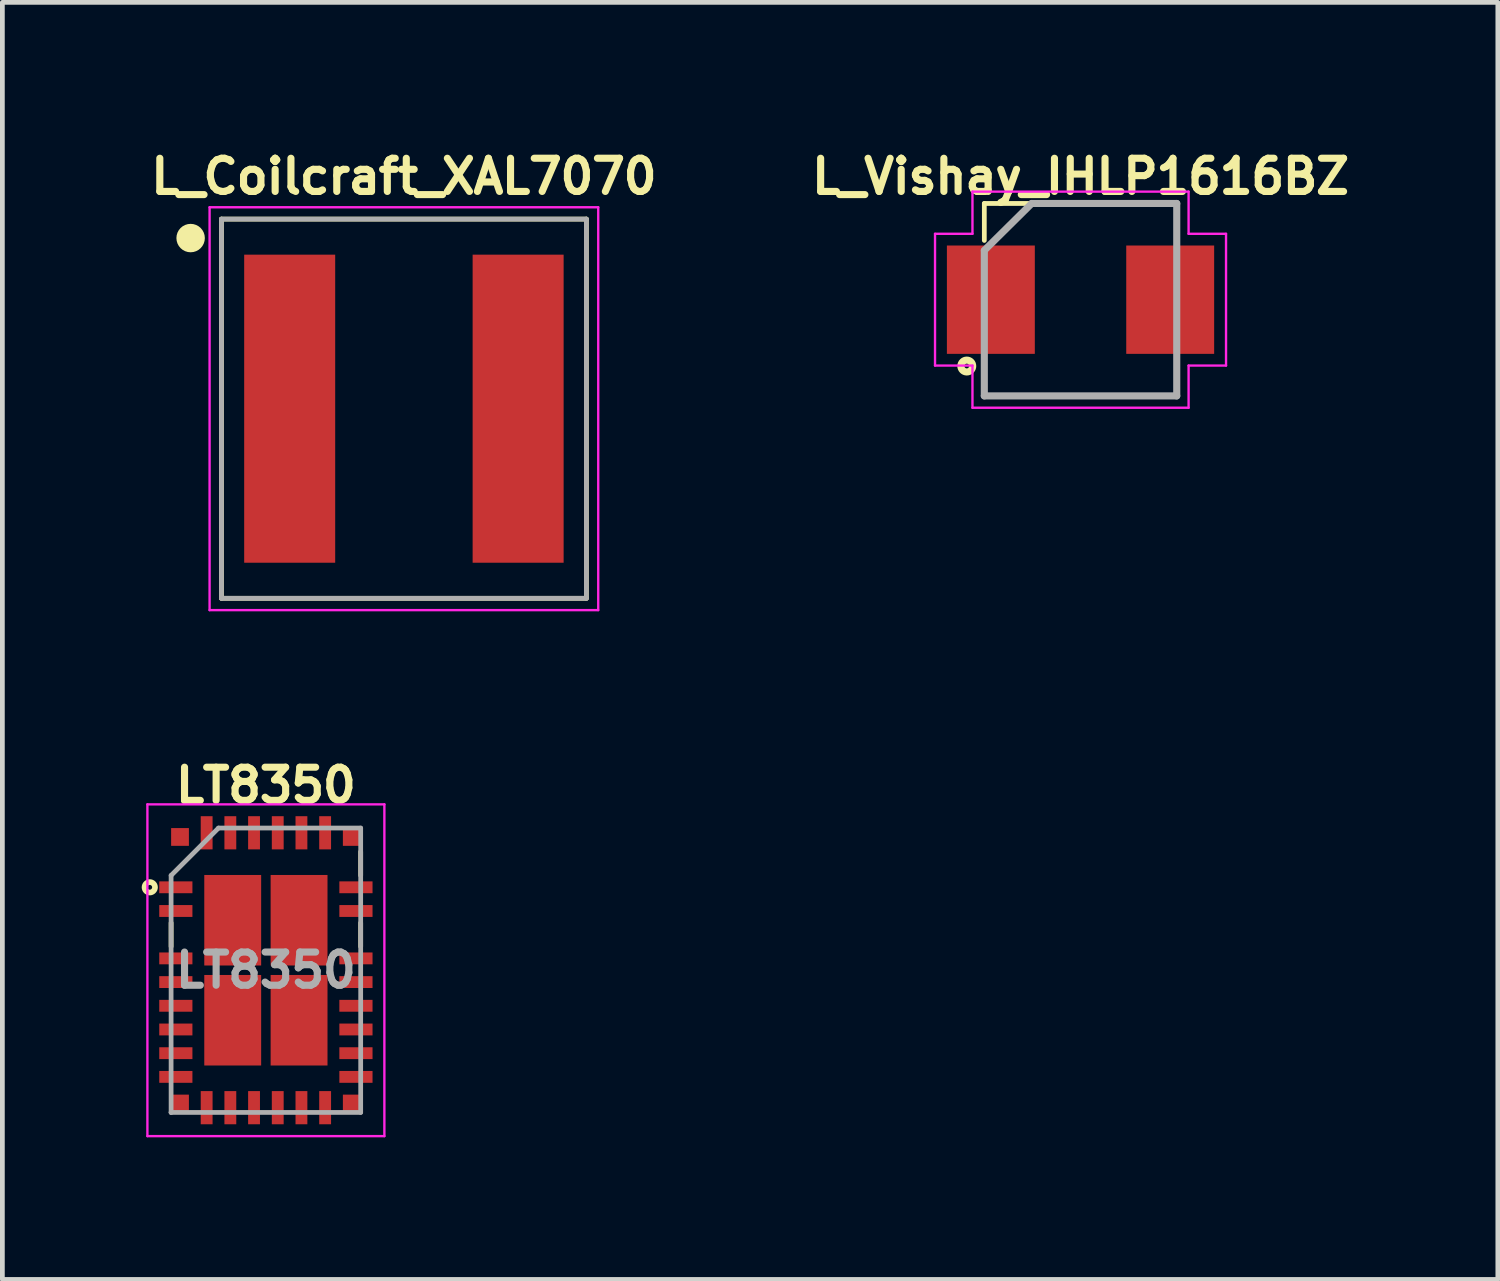
<source format=kicad_pcb>
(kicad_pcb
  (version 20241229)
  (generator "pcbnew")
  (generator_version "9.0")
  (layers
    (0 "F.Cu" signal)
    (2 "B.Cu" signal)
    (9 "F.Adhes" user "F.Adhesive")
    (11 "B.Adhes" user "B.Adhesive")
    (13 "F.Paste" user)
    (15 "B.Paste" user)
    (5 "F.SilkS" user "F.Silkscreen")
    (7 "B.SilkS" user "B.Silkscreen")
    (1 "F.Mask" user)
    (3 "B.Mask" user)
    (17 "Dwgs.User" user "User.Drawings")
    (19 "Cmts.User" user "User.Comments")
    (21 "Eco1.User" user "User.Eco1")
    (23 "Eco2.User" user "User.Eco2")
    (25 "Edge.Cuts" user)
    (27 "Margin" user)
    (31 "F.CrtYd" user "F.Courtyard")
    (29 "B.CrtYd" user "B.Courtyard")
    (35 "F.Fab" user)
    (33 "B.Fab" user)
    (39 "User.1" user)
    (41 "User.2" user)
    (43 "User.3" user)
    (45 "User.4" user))
  (footprint "L_Vishay_IHLP1616BZ"
    (layer "F.Cu")
    (at 19.748 3.273)
    (property "Reference" "L_Vishay_IHLP1616BZ" (at 0 -2.6 0) (layer "F.SilkS") (effects (font (size 0.7 0.7) (thickness 0.15))))
    (attr smd)
    (fp_line (start -2.03 -2.03) (end -2.03 -1.25) (stroke (width 0.1) (type solid)) (layer "F.SilkS"))
    (fp_line (start -2.03 2.03) (end -2.03 1.25) (stroke (width 0.1) (type solid)) (layer "F.SilkS"))
    (fp_line (start -2.03 2.03) (end 2.03 2.03) (stroke (width 0.1) (type solid)) (layer "F.SilkS"))
    (fp_line (start 2.03 -2.03) (end -2.03 -2.03) (stroke (width 0.1) (type solid)) (layer "F.SilkS"))
    (fp_line (start 2.03 -2.03) (end 2.03 -1.25) (stroke (width 0.1) (type solid)) (layer "F.SilkS"))
    (fp_line (start 2.03 2.03) (end 2.03 1.25) (stroke (width 0.1) (type solid)) (layer "F.SilkS"))
    (fp_circle (center -2.4 1.4) (end -2.35 1.4) (stroke (width 0.15) (type solid)) (fill no) (layer "F.SilkS"))
    (fp_line (start -3.07 1.39) (end -3.07 -1.39) (stroke (width 0.05) (type solid)) (layer "F.CrtYd"))
    (fp_line (start -2.28 -2.28) (end 2.28 -2.28) (stroke (width 0.05) (type solid)) (layer "F.CrtYd"))
    (fp_line (start -2.28 -1.39) (end -3.07 -1.39) (stroke (width 0.05) (type solid)) (layer "F.CrtYd"))
    (fp_line (start -2.28 -1.39) (end -2.28 -2.28) (stroke (width 0.05) (type solid)) (layer "F.CrtYd"))
    (fp_line (start -2.28 1.39) (end -3.07 1.39) (stroke (width 0.05) (type solid)) (layer "F.CrtYd"))
    (fp_line (start -2.28 2.28) (end -2.28 1.39) (stroke (width 0.05) (type solid)) (layer "F.CrtYd"))
    (fp_line (start -2.28 2.28) (end 2.28 2.28) (stroke (width 0.05) (type solid)) (layer "F.CrtYd"))
    (fp_line (start 2.28 -1.39) (end 2.28 -2.28) (stroke (width 0.05) (type solid)) (layer "F.CrtYd"))
    (fp_line (start 2.28 -1.39) (end 3.07 -1.39) (stroke (width 0.05) (type solid)) (layer "F.CrtYd"))
    (fp_line (start 2.28 1.39) (end 3.07 1.39) (stroke (width 0.05) (type solid)) (layer "F.CrtYd"))
    (fp_line (start 2.28 2.28) (end 2.28 1.39) (stroke (width 0.05) (type solid)) (layer "F.CrtYd"))
    (fp_line (start 3.07 1.39) (end 3.07 -1.39) (stroke (width 0.05) (type solid)) (layer "F.CrtYd"))
    (fp_line (start -2.03 -1.04) (end -1.03 -2.03) (stroke (width 0.15) (type solid)) (layer "F.Fab"))
    (fp_line (start -2.03 2.03) (end -2.03 -1.03) (stroke (width 0.15) (type solid)) (layer "F.Fab"))
    (fp_line (start 2.03 -2.03) (end -1.03 -2.03) (stroke (width 0.15) (type solid)) (layer "F.Fab"))
    (fp_line (start 2.03 -2.03) (end 2.03 2.03) (stroke (width 0.15) (type solid)) (layer "F.Fab"))
    (fp_line (start 2.03 2.03) (end -2.03 2.03) (stroke (width 0.15) (type solid)) (layer "F.Fab"))
    (fp_rect (start -2.03 -2.03) (end 2.03 2.03) (stroke (width 0.1) (type solid)) (fill no) (layer "User.5"))
    (pad "1" smd rect (at -1.892 0 90) (size 2.286 1.855) (layers "F.Cu" "F.Mask" "F.Paste"))
    (pad "2" smd rect (at 1.892 0 90) (size 2.286 1.855) (layers "F.Cu" "F.Mask" "F.Paste")))
  (footprint "LT8350"
    (layer "F.Cu")
    (at 2.56 17.421)
    (property "Reference" "LT8350" (at 0 -3.9 0) (unlocked yes) (layer "F.SilkS") (effects (font (size 0.7 0.7) (thickness 0.15))))
    (attr smd)
    (fp_line (start -2 -1) (end -2 -0.5) (stroke (width 0.1) (type solid)) (layer "F.SilkS"))
    (fp_line (start 2 -2.5) (end 2 -2) (stroke (width 0.1) (type solid)) (layer "F.SilkS"))
    (fp_line (start 2 -1) (end 2 -0.5) (stroke (width 0.1) (type solid)) (layer "F.SilkS"))
    (fp_circle (center -2.45 -1.75) (end -2.4 -1.75) (stroke (width 0.12) (type solid)) (fill no) (layer "F.SilkS"))
    (fp_line (start -2.5 -3.5) (end 2.5 -3.5) (stroke (width 0.05) (type solid)) (layer "F.CrtYd"))
    (fp_line (start -2.5 3.5) (end -2.5 -3.5) (stroke (width 0.05) (type solid)) (layer "F.CrtYd"))
    (fp_line (start -2.5 3.5) (end 2.5 3.5) (stroke (width 0.05) (type solid)) (layer "F.CrtYd"))
    (fp_line (start 2.5 3.5) (end 2.5 -3.5) (stroke (width 0.05) (type solid)) (layer "F.CrtYd"))
    (fp_line (start -2 -2) (end -2 3) (stroke (width 0.1) (type solid)) (layer "F.Fab"))
    (fp_line (start -2 3) (end -2 3) (stroke (width 0.1) (type solid)) (layer "F.Fab"))
    (fp_line (start -2 3) (end 2 3) (stroke (width 0.1) (type solid)) (layer "F.Fab"))
    (fp_line (start -1 -3) (end -2 -2) (stroke (width 0.1) (type solid)) (layer "F.Fab"))
    (fp_line (start 2 -3) (end -1 -3) (stroke (width 0.1) (type solid)) (layer "F.Fab"))
    (fp_line (start 2 3) (end 2 -3) (stroke (width 0.1) (type solid)) (layer "F.Fab"))
    (fp_line (start -2 -3) (end 2 -3) (stroke (width 0.1) (type solid)) (layer "User.5"))
    (fp_line (start -2 3) (end -2 -3) (stroke (width 0.1) (type solid)) (layer "User.5"))
    (fp_line (start 2 -3) (end 2 3) (stroke (width 0.1) (type solid)) (layer "User.5"))
    (fp_line (start 2 3) (end -2 3) (stroke (width 0.1) (type solid)) (layer "User.5"))
    (fp_text user "${REFERENCE}" (at 0 0 0) (unlocked yes) (layer "F.Fab") (effects (font (size 0.7 0.7) (thickness 0.15))))
    (pad "2" smd rect (at -1.9 -1.75) (size 0.7 0.25) (layers "F.Cu" "F.Mask" "F.Paste"))
    (pad "3" smd rect (at -1.9 -1.25) (size 0.7 0.25) (layers "F.Cu" "F.Mask" "F.Paste"))
    (pad "5" smd rect (at -1.9 -0.25) (size 0.7 0.25) (layers "F.Cu" "F.Mask" "F.Paste"))
    (pad "6" smd rect (at -1.9 0.25) (size 0.7 0.25) (layers "F.Cu" "F.Mask" "F.Paste"))
    (pad "7" smd rect (at -1.9 0.75) (size 0.7 0.25) (layers "F.Cu" "F.Mask" "F.Paste"))
    (pad "8" smd rect (at -1.9 1.25) (size 0.7 0.25) (layers "F.Cu" "F.Mask" "F.Paste"))
    (pad "9" smd rect (at -1.9 1.75) (size 0.7 0.25) (layers "F.Cu" "F.Mask" "F.Paste"))
    (pad "10" smd rect (at -1.9 2.25) (size 0.7 0.25) (layers "F.Cu" "F.Mask" "F.Paste"))
    (pad "11" smd rect (at -1.25 2.9 90) (size 0.7 0.25) (layers "F.Cu" "F.Mask" "F.Paste"))
    (pad "12" smd rect (at -0.75 2.9 90) (size 0.7 0.25) (layers "F.Cu" "F.Mask" "F.Paste"))
    (pad "13" smd rect (at -0.25 2.9 90) (size 0.7 0.25) (layers "F.Cu" "F.Mask" "F.Paste"))
    (pad "14" smd rect (at 0.25 2.9 90) (size 0.7 0.25) (layers "F.Cu" "F.Mask" "F.Paste"))
    (pad "15" smd rect (at 0.75 2.9 90) (size 0.7 0.25) (layers "F.Cu" "F.Mask" "F.Paste"))
    (pad "16" smd rect (at 1.25 2.9 90) (size 0.7 0.25) (layers "F.Cu" "F.Mask" "F.Paste"))
    (pad "17" smd rect (at 1.9 2.25) (size 0.7 0.25) (layers "F.Cu" "F.Mask" "F.Paste"))
    (pad "18" smd rect (at 1.9 1.75) (size 0.7 0.25) (layers "F.Cu" "F.Mask" "F.Paste"))
    (pad "19" smd rect (at 1.9 1.25) (size 0.7 0.25) (layers "F.Cu" "F.Mask" "F.Paste"))
    (pad "20" smd rect (at 1.9 0.75) (size 0.7 0.25) (layers "F.Cu" "F.Mask" "F.Paste"))
    (pad "21" smd rect (at 1.9 0.25) (size 0.7 0.25) (layers "F.Cu" "F.Mask" "F.Paste"))
    (pad "22" smd rect (at 1.9 -0.25) (size 0.7 0.25) (layers "F.Cu" "F.Mask" "F.Paste"))
    (pad "24" smd rect (at 1.9 -1.25) (size 0.7 0.25) (layers "F.Cu" "F.Mask" "F.Paste"))
    (pad "25" smd rect (at 1.9 -1.75) (size 0.7 0.25) (layers "F.Cu" "F.Mask" "F.Paste"))
    (pad "27" smd rect (at 1.25 -2.9 90) (size 0.7 0.25) (layers "F.Cu" "F.Mask" "F.Paste"))
    (pad "28" smd rect (at 0.75 -2.9 90) (size 0.7 0.25) (layers "F.Cu" "F.Mask" "F.Paste"))
    (pad "29" smd rect (at 0.25 -2.9 90) (size 0.7 0.25) (layers "F.Cu" "F.Mask" "F.Paste"))
    (pad "30" smd rect (at -0.25 -2.9 90) (size 0.7 0.25) (layers "F.Cu" "F.Mask" "F.Paste"))
    (pad "31" smd rect (at -0.75 -2.9 90) (size 0.7 0.25) (layers "F.Cu" "F.Mask" "F.Paste"))
    (pad "32" smd rect (at -1.25 -2.9 90) (size 0.7 0.25) (layers "F.Cu" "F.Mask" "F.Paste"))
    (pad "33" smd rect (at -0.7 -1.055 90) (size 1.91 1.2) (layers "F.Cu" "F.Mask" "F.Paste"))
    (pad "34" smd rect (at 0.7 -1.055 90) (size 1.91 1.2) (layers "F.Cu" "F.Mask" "F.Paste"))
    (pad "35" smd rect (at -0.7 1.055 90) (size 1.91 1.2) (layers "F.Cu" "F.Mask" "F.Paste"))
    (pad "36" smd rect (at 0.7 1.055 90) (size 1.91 1.2) (layers "F.Cu" "F.Mask" "F.Paste"))
    (pad "MP" smd rect (at -1.812 -2.812 90) (size 0.375 0.375) (layers "F.Cu" "F.Mask" "F.Paste"))
    (pad "MP" smd rect (at -1.812 2.812 90) (size 0.375 0.375) (layers "F.Cu" "F.Mask" "F.Paste"))
    (pad "MP" smd rect (at 1.812 -2.812 90) (size 0.375 0.375) (layers "F.Cu" "F.Mask" "F.Paste"))
    (pad "MP" smd rect (at 1.812 2.812 90) (size 0.375 0.375) (layers "F.Cu" "F.Mask" "F.Paste")))
  (footprint "L_Coilcraft_XAL7070"
    (layer "F.Cu")
    (at 5.472 5.573)
    (property "Reference" "L_Coilcraft_XAL7070" (at 0 -4.9 0) (layer "F.SilkS") (effects (font (size 0.7 0.7) (thickness 0.15))))
    (attr smd)
    (fp_line (start -3.85 4) (end -3.85 -4) (stroke (width 0.1) (type solid)) (layer "F.SilkS"))
    (fp_line (start -3.85 4) (end 3.85 4) (stroke (width 0.1) (type solid)) (layer "F.SilkS"))
    (fp_line (start 3.85 -4) (end -3.85 -4) (stroke (width 0.1) (type solid)) (layer "F.SilkS"))
    (fp_line (start 3.85 -4) (end 3.85 4) (stroke (width 0.1) (type solid)) (layer "F.SilkS"))
    (fp_circle (center -4.5 -3.6) (end -4.35 -3.6) (stroke (width 0.3) (type solid)) (fill no) (layer "F.SilkS"))
    (fp_line (start -4.1 -4.25) (end -4.1 4.25) (stroke (width 0.05) (type solid)) (layer "F.CrtYd"))
    (fp_line (start -4.1 4.25) (end 4.1 4.25) (stroke (width 0.05) (type solid)) (layer "F.CrtYd"))
    (fp_line (start 4.1 -4.25) (end -4.1 -4.25) (stroke (width 0.05) (type solid)) (layer "F.CrtYd"))
    (fp_line (start 4.1 4.25) (end 4.1 -4.25) (stroke (width 0.05) (type solid)) (layer "F.CrtYd"))
    (fp_line (start -3.85 -4) (end 3.85 -4) (stroke (width 0.1) (type solid)) (layer "F.Fab"))
    (fp_line (start -3.85 4) (end -3.85 -4) (stroke (width 0.1) (type solid)) (layer "F.Fab"))
    (fp_line (start 3.85 -4) (end 3.85 4) (stroke (width 0.1) (type solid)) (layer "F.Fab"))
    (fp_line (start 3.85 4) (end -3.85 4) (stroke (width 0.1) (type solid)) (layer "F.Fab"))
    (fp_rect (start -3.85 -4) (end 3.85 4) (stroke (width 0.12) (type solid)) (fill no) (layer "User.5"))
    (pad "1" smd rect (at -2.41 0) (size 1.92 6.5) (layers "F.Cu" "F.Mask" "F.Paste"))
    (pad "2" smd rect (at 2.41 0) (size 1.92 6.5) (layers "F.Cu" "F.Mask" "F.Paste")))
  (gr_rect
    (start -3 -3)
    (end 28.553 23.945)
    (stroke (width 0.1) (type default))
    (fill no)
    (layer "Edge.Cuts")))
</source>
